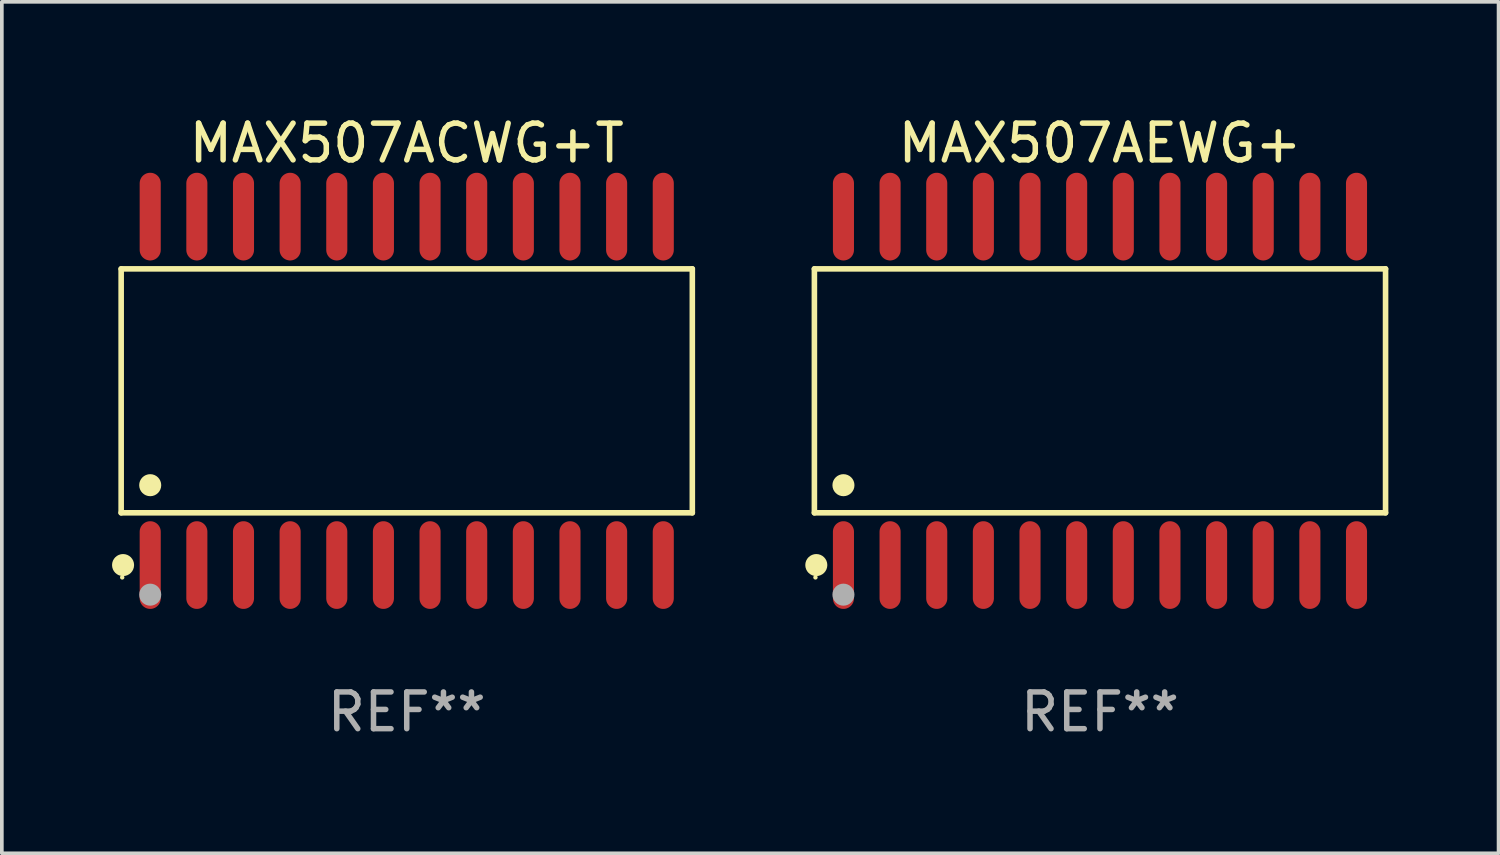
<source format=kicad_pcb>
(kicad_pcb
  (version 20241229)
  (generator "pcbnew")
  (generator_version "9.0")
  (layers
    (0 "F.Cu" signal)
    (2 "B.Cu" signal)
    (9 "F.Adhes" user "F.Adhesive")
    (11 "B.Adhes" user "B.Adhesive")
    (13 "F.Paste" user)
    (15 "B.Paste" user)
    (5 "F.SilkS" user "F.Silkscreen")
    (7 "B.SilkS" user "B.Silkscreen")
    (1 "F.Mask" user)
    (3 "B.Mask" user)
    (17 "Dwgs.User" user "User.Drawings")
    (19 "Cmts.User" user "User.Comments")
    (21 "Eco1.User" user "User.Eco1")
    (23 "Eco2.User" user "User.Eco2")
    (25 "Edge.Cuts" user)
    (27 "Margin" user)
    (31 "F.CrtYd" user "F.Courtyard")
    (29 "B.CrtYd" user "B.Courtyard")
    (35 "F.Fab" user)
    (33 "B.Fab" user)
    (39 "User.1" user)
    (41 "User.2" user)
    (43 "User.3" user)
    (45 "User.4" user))
  (footprint "MAX507ACWG+T"
    (layer "F.Cu")
    (at 8.025 7.592)
    (property "Reference" "MAX507ACWG+T" (at 0 -6.744 0) (layer "F.SilkS") (effects (font (size 1 1) (thickness 0.15))))
    (attr through_hole)
    (fp_line (start -7.776 -3.321) (end 7.776 -3.321) (stroke (width 0.152) (type solid)) (layer "F.SilkS"))
    (fp_line (start -7.776 3.321) (end -7.776 -3.321) (stroke (width 0.152) (type solid)) (layer "F.SilkS"))
    (fp_line (start 7.776 -3.321) (end 7.776 3.321) (stroke (width 0.152) (type solid)) (layer "F.SilkS"))
    (fp_line (start 7.776 3.321) (end -7.776 3.321) (stroke (width 0.152) (type solid)) (layer "F.SilkS"))
    (fp_circle (center -7.747 5.08) (end -7.717 5.08) (stroke (width 0.06) (type solid)) (fill no) (layer "F.SilkS"))
    (fp_circle (center -7.724 4.744) (end -7.574 4.744) (stroke (width 0.3) (type solid)) (fill no) (layer "F.SilkS"))
    (fp_circle (center -6.985 2.569) (end -6.835 2.569) (stroke (width 0.3) (type solid)) (fill no) (layer "F.SilkS"))
    (fp_circle (center -6.985 5.55) (end -6.835 5.55) (stroke (width 0.3) (type solid)) (fill no) (layer "F.Fab"))
    (fp_text user "REF**" (at 0 8.744 0) (layer "F.Fab") (effects (font (size 1 1) (thickness 0.15))))
    (pad "1" smd oval (at -6.985 4.744) (size 0.574 2.388) (layers "F.Cu" "F.Mask" "F.Paste"))
    (pad "2" smd oval (at -5.715 4.744) (size 0.574 2.388) (layers "F.Cu" "F.Mask" "F.Paste"))
    (pad "3" smd oval (at -4.445 4.744) (size 0.574 2.388) (layers "F.Cu" "F.Mask" "F.Paste"))
    (pad "4" smd oval (at -3.175 4.744) (size 0.574 2.388) (layers "F.Cu" "F.Mask" "F.Paste"))
    (pad "5" smd oval (at -1.905 4.744) (size 0.574 2.388) (layers "F.Cu" "F.Mask" "F.Paste"))
    (pad "6" smd oval (at -0.635 4.744) (size 0.574 2.388) (layers "F.Cu" "F.Mask" "F.Paste"))
    (pad "7" smd oval (at 0.635 4.744) (size 0.574 2.388) (layers "F.Cu" "F.Mask" "F.Paste"))
    (pad "8" smd oval (at 1.905 4.744) (size 0.574 2.388) (layers "F.Cu" "F.Mask" "F.Paste"))
    (pad "9" smd oval (at 3.175 4.744) (size 0.574 2.388) (layers "F.Cu" "F.Mask" "F.Paste"))
    (pad "10" smd oval (at 4.445 4.744) (size 0.574 2.388) (layers "F.Cu" "F.Mask" "F.Paste"))
    (pad "11" smd oval (at 5.715 4.744) (size 0.574 2.388) (layers "F.Cu" "F.Mask" "F.Paste"))
    (pad "12" smd oval (at 6.985 4.744) (size 0.574 2.388) (layers "F.Cu" "F.Mask" "F.Paste"))
    (pad "13" smd oval (at 6.985 -4.744) (size 0.574 2.388) (layers "F.Cu" "F.Mask" "F.Paste"))
    (pad "14" smd oval (at 5.715 -4.744) (size 0.574 2.388) (layers "F.Cu" "F.Mask" "F.Paste"))
    (pad "15" smd oval (at 4.445 -4.744) (size 0.574 2.388) (layers "F.Cu" "F.Mask" "F.Paste"))
    (pad "16" smd oval (at 3.175 -4.744) (size 0.574 2.388) (layers "F.Cu" "F.Mask" "F.Paste"))
    (pad "17" smd oval (at 1.905 -4.744) (size 0.574 2.388) (layers "F.Cu" "F.Mask" "F.Paste"))
    (pad "18" smd oval (at 0.635 -4.744) (size 0.574 2.388) (layers "F.Cu" "F.Mask" "F.Paste"))
    (pad "19" smd oval (at -0.635 -4.744) (size 0.574 2.388) (layers "F.Cu" "F.Mask" "F.Paste"))
    (pad "20" smd oval (at -1.905 -4.744) (size 0.574 2.388) (layers "F.Cu" "F.Mask" "F.Paste"))
    (pad "21" smd oval (at -3.175 -4.744) (size 0.574 2.388) (layers "F.Cu" "F.Mask" "F.Paste"))
    (pad "22" smd oval (at -4.445 -4.744) (size 0.574 2.388) (layers "F.Cu" "F.Mask" "F.Paste"))
    (pad "23" smd oval (at -5.715 -4.744) (size 0.574 2.388) (layers "F.Cu" "F.Mask" "F.Paste"))
    (pad "24" smd oval (at -6.985 -4.744) (size 0.574 2.388) (layers "F.Cu" "F.Mask" "F.Paste")))
  (footprint "MAX507AEWG+"
    (layer "F.Cu")
    (at 26.901 7.592)
    (property "Reference" "MAX507AEWG+" (at 0 -6.744 0) (layer "F.SilkS") (effects (font (size 1 1) (thickness 0.15))))
    (attr through_hole)
    (fp_line (start -7.776 -3.321) (end 7.776 -3.321) (stroke (width 0.152) (type solid)) (layer "F.SilkS"))
    (fp_line (start -7.776 3.321) (end -7.776 -3.321) (stroke (width 0.152) (type solid)) (layer "F.SilkS"))
    (fp_line (start 7.776 -3.321) (end 7.776 3.321) (stroke (width 0.152) (type solid)) (layer "F.SilkS"))
    (fp_line (start 7.776 3.321) (end -7.776 3.321) (stroke (width 0.152) (type solid)) (layer "F.SilkS"))
    (fp_circle (center -7.747 5.08) (end -7.717 5.08) (stroke (width 0.06) (type solid)) (fill no) (layer "F.SilkS"))
    (fp_circle (center -7.724 4.744) (end -7.574 4.744) (stroke (width 0.3) (type solid)) (fill no) (layer "F.SilkS"))
    (fp_circle (center -6.985 2.569) (end -6.835 2.569) (stroke (width 0.3) (type solid)) (fill no) (layer "F.SilkS"))
    (fp_circle (center -6.985 5.55) (end -6.835 5.55) (stroke (width 0.3) (type solid)) (fill no) (layer "F.Fab"))
    (fp_text user "REF**" (at 0 8.744 0) (layer "F.Fab") (effects (font (size 1 1) (thickness 0.15))))
    (pad "1" smd oval (at -6.985 4.744) (size 0.574 2.388) (layers "F.Cu" "F.Mask" "F.Paste"))
    (pad "2" smd oval (at -5.715 4.744) (size 0.574 2.388) (layers "F.Cu" "F.Mask" "F.Paste"))
    (pad "3" smd oval (at -4.445 4.744) (size 0.574 2.388) (layers "F.Cu" "F.Mask" "F.Paste"))
    (pad "4" smd oval (at -3.175 4.744) (size 0.574 2.388) (layers "F.Cu" "F.Mask" "F.Paste"))
    (pad "5" smd oval (at -1.905 4.744) (size 0.574 2.388) (layers "F.Cu" "F.Mask" "F.Paste"))
    (pad "6" smd oval (at -0.635 4.744) (size 0.574 2.388) (layers "F.Cu" "F.Mask" "F.Paste"))
    (pad "7" smd oval (at 0.635 4.744) (size 0.574 2.388) (layers "F.Cu" "F.Mask" "F.Paste"))
    (pad "8" smd oval (at 1.905 4.744) (size 0.574 2.388) (layers "F.Cu" "F.Mask" "F.Paste"))
    (pad "9" smd oval (at 3.175 4.744) (size 0.574 2.388) (layers "F.Cu" "F.Mask" "F.Paste"))
    (pad "10" smd oval (at 4.445 4.744) (size 0.574 2.388) (layers "F.Cu" "F.Mask" "F.Paste"))
    (pad "11" smd oval (at 5.715 4.744) (size 0.574 2.388) (layers "F.Cu" "F.Mask" "F.Paste"))
    (pad "12" smd oval (at 6.985 4.744) (size 0.574 2.388) (layers "F.Cu" "F.Mask" "F.Paste"))
    (pad "13" smd oval (at 6.985 -4.744) (size 0.574 2.388) (layers "F.Cu" "F.Mask" "F.Paste"))
    (pad "14" smd oval (at 5.715 -4.744) (size 0.574 2.388) (layers "F.Cu" "F.Mask" "F.Paste"))
    (pad "15" smd oval (at 4.445 -4.744) (size 0.574 2.388) (layers "F.Cu" "F.Mask" "F.Paste"))
    (pad "16" smd oval (at 3.175 -4.744) (size 0.574 2.388) (layers "F.Cu" "F.Mask" "F.Paste"))
    (pad "17" smd oval (at 1.905 -4.744) (size 0.574 2.388) (layers "F.Cu" "F.Mask" "F.Paste"))
    (pad "18" smd oval (at 0.635 -4.744) (size 0.574 2.388) (layers "F.Cu" "F.Mask" "F.Paste"))
    (pad "19" smd oval (at -0.635 -4.744) (size 0.574 2.388) (layers "F.Cu" "F.Mask" "F.Paste"))
    (pad "20" smd oval (at -1.905 -4.744) (size 0.574 2.388) (layers "F.Cu" "F.Mask" "F.Paste"))
    (pad "21" smd oval (at -3.175 -4.744) (size 0.574 2.388) (layers "F.Cu" "F.Mask" "F.Paste"))
    (pad "22" smd oval (at -4.445 -4.744) (size 0.574 2.388) (layers "F.Cu" "F.Mask" "F.Paste"))
    (pad "23" smd oval (at -5.715 -4.744) (size 0.574 2.388) (layers "F.Cu" "F.Mask" "F.Paste"))
    (pad "24" smd oval (at -6.985 -4.744) (size 0.574 2.388) (layers "F.Cu" "F.Mask" "F.Paste")))
  (gr_rect
    (start -3 -3)
    (end 37.754 20.184)
    (stroke (width 0.1) (type default))
    (fill no)
    (layer "Edge.Cuts")))
</source>
